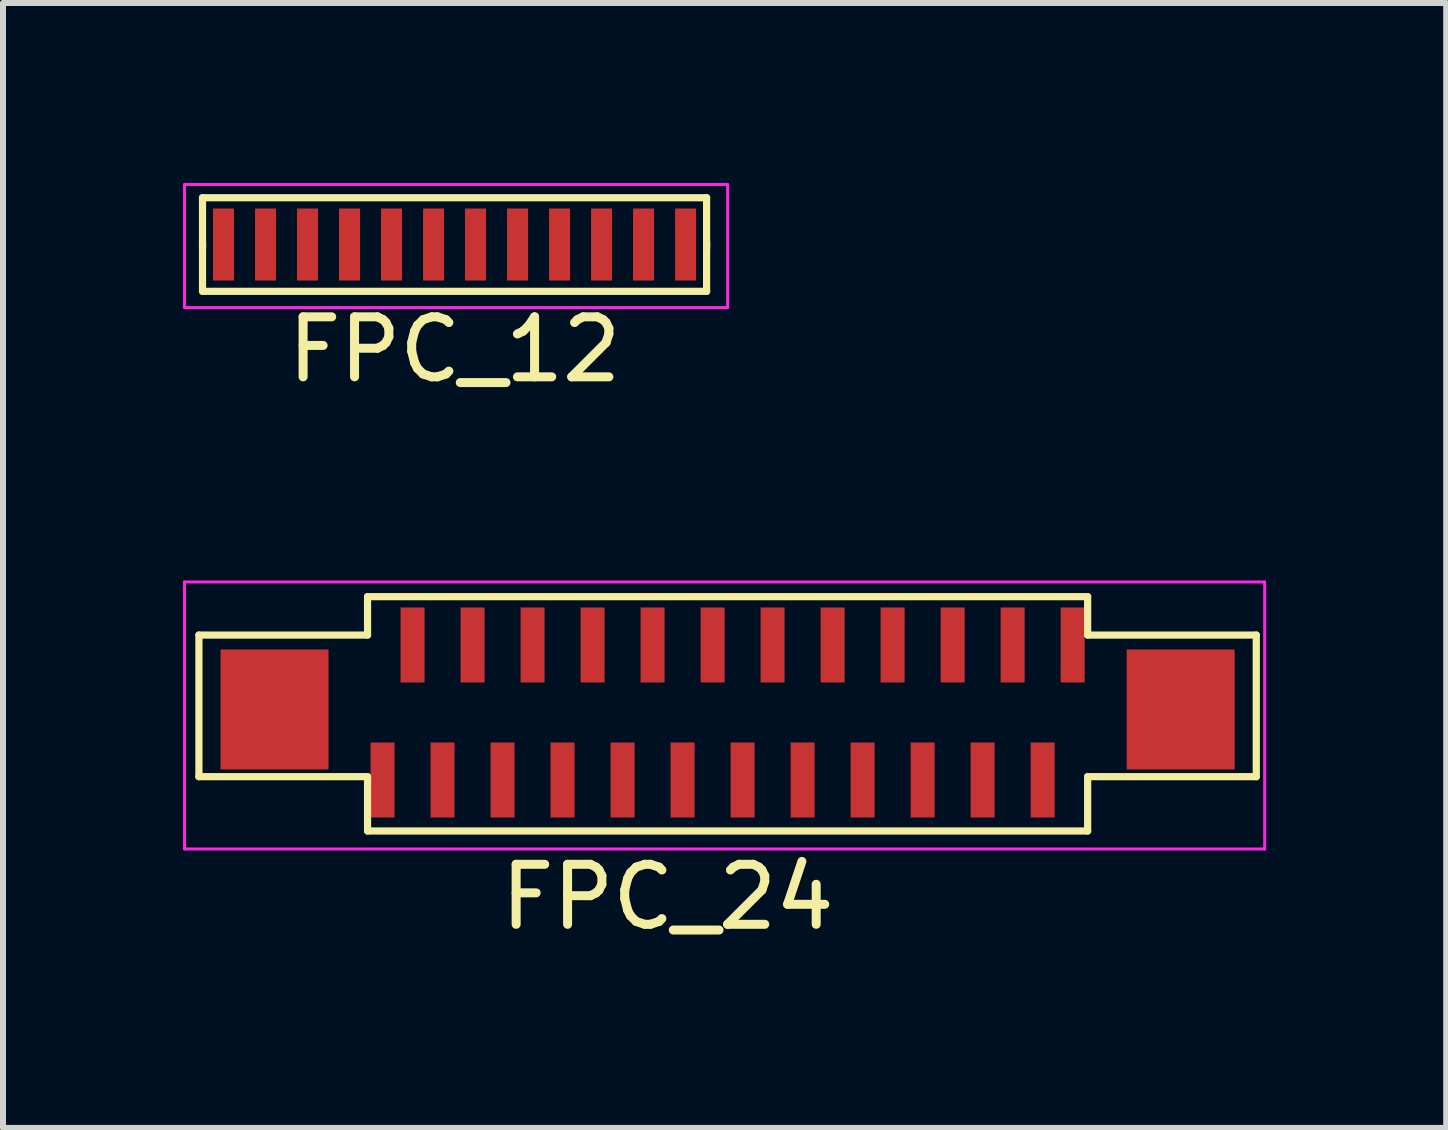
<source format=kicad_pcb>
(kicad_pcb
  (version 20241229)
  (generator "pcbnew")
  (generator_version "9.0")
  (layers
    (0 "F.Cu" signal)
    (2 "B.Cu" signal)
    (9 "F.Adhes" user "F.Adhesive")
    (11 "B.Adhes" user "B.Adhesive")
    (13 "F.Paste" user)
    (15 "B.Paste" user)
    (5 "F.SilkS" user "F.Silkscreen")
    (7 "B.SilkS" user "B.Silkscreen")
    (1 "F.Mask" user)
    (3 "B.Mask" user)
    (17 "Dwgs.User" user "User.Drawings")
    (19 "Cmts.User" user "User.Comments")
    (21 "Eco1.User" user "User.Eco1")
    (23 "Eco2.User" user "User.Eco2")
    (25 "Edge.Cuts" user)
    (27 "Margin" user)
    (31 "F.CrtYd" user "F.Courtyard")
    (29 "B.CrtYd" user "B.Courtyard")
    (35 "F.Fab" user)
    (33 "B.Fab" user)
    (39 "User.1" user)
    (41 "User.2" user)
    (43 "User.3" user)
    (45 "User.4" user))
  (footprint "FPC_24"
    (layer "F.Cu")
    (at 9.075 8.848)
    (property "Reference" "FPC_24" (at -1 3.05 0) (layer "F.SilkS") (effects (font (size 1 1) (thickness 0.15))))
    (attr smd)
    (fp_line (start -8.81 -1.315) (end -6 -1.315) (stroke (width 0.12) (type default)) (layer "F.SilkS"))
    (fp_line (start -8.81 1.045) (end -8.81 -1.315) (stroke (width 0.12) (type default)) (layer "F.SilkS"))
    (fp_line (start -6 -1.955) (end 6 -1.955) (stroke (width 0.12) (type default)) (layer "F.SilkS"))
    (fp_line (start -6 -1.315) (end -6 -1.955) (stroke (width 0.12) (type default)) (layer "F.SilkS"))
    (fp_line (start -6 1.045) (end -8.81 1.045) (stroke (width 0.12) (type default)) (layer "F.SilkS"))
    (fp_line (start -6 1.045) (end -6 1.95) (stroke (width 0.12) (type default)) (layer "F.SilkS"))
    (fp_line (start -6 1.95) (end 6 1.95) (stroke (width 0.12) (type default)) (layer "F.SilkS"))
    (fp_line (start 6 -1.315) (end 6 -1.955) (stroke (width 0.12) (type default)) (layer "F.SilkS"))
    (fp_line (start 6 1.045) (end 6 1.95) (stroke (width 0.12) (type default)) (layer "F.SilkS"))
    (fp_line (start 6 1.045) (end 8.81 1.045) (stroke (width 0.12) (type default)) (layer "F.SilkS"))
    (fp_line (start 8.81 -1.315) (end 6 -1.315) (stroke (width 0.12) (type default)) (layer "F.SilkS"))
    (fp_line (start 8.81 1.045) (end 8.81 -1.315) (stroke (width 0.12) (type default)) (layer "F.SilkS"))
    (fp_line (start -9.05 -2.2) (end -9.05 2.25) (stroke (width 0.05) (type default)) (layer "F.CrtYd"))
    (fp_line (start -9.05 -2.2) (end 8.95 -2.2) (stroke (width 0.05) (type default)) (layer "F.CrtYd"))
    (fp_line (start -9.05 2.25) (end 8.95 2.25) (stroke (width 0.05) (type default)) (layer "F.CrtYd"))
    (fp_line (start 8.95 -2.2) (end 8.95 2.25) (stroke (width 0.05) (type default)) (layer "F.CrtYd"))
    (pad "0" smd rect (at -7.55 -0.075) (size 1.8 2) (layers "F.Cu" "F.Mask" "F.Paste"))
    (pad "0" smd rect (at 7.55 -0.075) (size 1.8 2) (layers "F.Cu" "F.Mask" "F.Paste"))
    (pad "1" smd rect (at -5.75 1.1) (size 0.4 1.25) (layers "F.Cu" "F.Mask" "F.Paste"))
    (pad "2" smd rect (at -5.25 -1.15) (size 0.4 1.25) (layers "F.Cu" "F.Mask" "F.Paste"))
    (pad "3" smd rect (at -4.75 1.1) (size 0.4 1.25) (layers "F.Cu" "F.Mask" "F.Paste"))
    (pad "4" smd rect (at -4.25 -1.15) (size 0.4 1.25) (layers "F.Cu" "F.Mask" "F.Paste"))
    (pad "5" smd rect (at -3.75 1.1) (size 0.4 1.25) (layers "F.Cu" "F.Mask" "F.Paste"))
    (pad "6" smd rect (at -3.25 -1.15) (size 0.4 1.25) (layers "F.Cu" "F.Mask" "F.Paste"))
    (pad "7" smd rect (at -2.75 1.1) (size 0.4 1.25) (layers "F.Cu" "F.Mask" "F.Paste"))
    (pad "8" smd rect (at -2.25 -1.15) (size 0.4 1.25) (layers "F.Cu" "F.Mask" "F.Paste"))
    (pad "9" smd rect (at -1.75 1.1) (size 0.4 1.25) (layers "F.Cu" "F.Mask" "F.Paste"))
    (pad "10" smd rect (at -1.25 -1.15) (size 0.4 1.25) (layers "F.Cu" "F.Mask" "F.Paste"))
    (pad "11" smd rect (at -0.75 1.1) (size 0.4 1.25) (layers "F.Cu" "F.Mask" "F.Paste"))
    (pad "12" smd rect (at -0.25 -1.15) (size 0.4 1.25) (layers "F.Cu" "F.Mask" "F.Paste"))
    (pad "13" smd rect (at 0.25 1.1) (size 0.4 1.25) (layers "F.Cu" "F.Mask" "F.Paste"))
    (pad "14" smd rect (at 0.75 -1.15) (size 0.4 1.25) (layers "F.Cu" "F.Mask" "F.Paste"))
    (pad "15" smd rect (at 1.25 1.1) (size 0.4 1.25) (layers "F.Cu" "F.Mask" "F.Paste"))
    (pad "16" smd rect (at 1.75 -1.15) (size 0.4 1.25) (layers "F.Cu" "F.Mask" "F.Paste"))
    (pad "17" smd rect (at 2.25 1.1) (size 0.4 1.25) (layers "F.Cu" "F.Mask" "F.Paste"))
    (pad "17" smd rect (at 4.25 1.1) (size 0.4 1.25) (layers "F.Cu" "F.Mask" "F.Paste"))
    (pad "18" smd rect (at 2.75 -1.15) (size 0.4 1.25) (layers "F.Cu" "F.Mask" "F.Paste"))
    (pad "18" smd rect (at 4.75 -1.15) (size 0.4 1.25) (layers "F.Cu" "F.Mask" "F.Paste"))
    (pad "19" smd rect (at 3.25 1.1) (size 0.4 1.25) (layers "F.Cu" "F.Mask" "F.Paste"))
    (pad "19" smd rect (at 5.25 1.1) (size 0.4 1.25) (layers "F.Cu" "F.Mask" "F.Paste"))
    (pad "20" smd rect (at 3.75 -1.15) (size 0.4 1.25) (layers "F.Cu" "F.Mask" "F.Paste"))
    (pad "20" smd rect (at 5.75 -1.15) (size 0.4 1.25) (layers "F.Cu" "F.Mask" "F.Paste")))
  (footprint "FPC_12"
    (layer "F.Cu")
    (at 4.525 1.025)
    (property "Reference" "FPC_12" (at 0 1.75 0) (layer "F.SilkS") (effects (font (size 1 1) (thickness 0.15))))
    (attr smd)
    (fp_line (start -4.2 -0.78) (end 4.2 -0.78) (stroke (width 0.12) (type default)) (layer "F.SilkS"))
    (fp_line (start -4.2 -0.04) (end -4.2 0.78) (stroke (width 0.12) (type default)) (layer "F.SilkS"))
    (fp_line (start -4.2 0.06) (end -4.2 -0.78) (stroke (width 0.12) (type default)) (layer "F.SilkS"))
    (fp_line (start -4.2 0.78) (end 4.2 0.78) (stroke (width 0.12) (type default)) (layer "F.SilkS"))
    (fp_line (start 4.2 -0.04) (end 4.2 0.78) (stroke (width 0.12) (type default)) (layer "F.SilkS"))
    (fp_line (start 4.2 0.06) (end 4.2 -0.78) (stroke (width 0.12) (type default)) (layer "F.SilkS"))
    (fp_line (start -4.5 -1) (end -4.5 1.05) (stroke (width 0.05) (type default)) (layer "F.CrtYd"))
    (fp_line (start -4.5 -1) (end 4.55 -1) (stroke (width 0.05) (type default)) (layer "F.CrtYd"))
    (fp_line (start -4.5 1.05) (end 4.55 1.05) (stroke (width 0.05) (type default)) (layer "F.CrtYd"))
    (fp_line (start 4.55 -1) (end 4.55 1.05) (stroke (width 0.05) (type default)) (layer "F.CrtYd"))
    (pad "1" smd rect (at -3.85 0) (size 0.35 1.2) (layers "F.Cu" "F.Mask" "F.Paste"))
    (pad "2" smd rect (at -3.15 0) (size 0.35 1.2) (layers "F.Cu" "F.Mask" "F.Paste"))
    (pad "3" smd rect (at -2.45 0) (size 0.35 1.2) (layers "F.Cu" "F.Mask" "F.Paste"))
    (pad "4" smd rect (at -1.75 0) (size 0.35 1.2) (layers "F.Cu" "F.Mask" "F.Paste"))
    (pad "5" smd rect (at -1.05 0) (size 0.35 1.2) (layers "F.Cu" "F.Mask" "F.Paste"))
    (pad "6" smd rect (at -0.35 0) (size 0.35 1.2) (layers "F.Cu" "F.Mask" "F.Paste"))
    (pad "7" smd rect (at 0.35 0) (size 0.35 1.2) (layers "F.Cu" "F.Mask" "F.Paste"))
    (pad "8" smd rect (at 1.05 0) (size 0.35 1.2) (layers "F.Cu" "F.Mask" "F.Paste"))
    (pad "9" smd rect (at 1.75 0) (size 0.35 1.2) (layers "F.Cu" "F.Mask" "F.Paste"))
    (pad "10" smd rect (at 2.45 0) (size 0.35 1.2) (layers "F.Cu" "F.Mask" "F.Paste"))
    (pad "11" smd rect (at 3.15 0) (size 0.35 1.2) (layers "F.Cu" "F.Mask" "F.Paste"))
    (pad "12" smd rect (at 3.85 0) (size 0.35 1.2) (layers "F.Cu" "F.Mask" "F.Paste")))
  (gr_rect
    (start -3 -3)
    (end 21.05 15.746)
    (stroke (width 0.1) (type default))
    (fill no)
    (layer "Edge.Cuts")))
</source>
